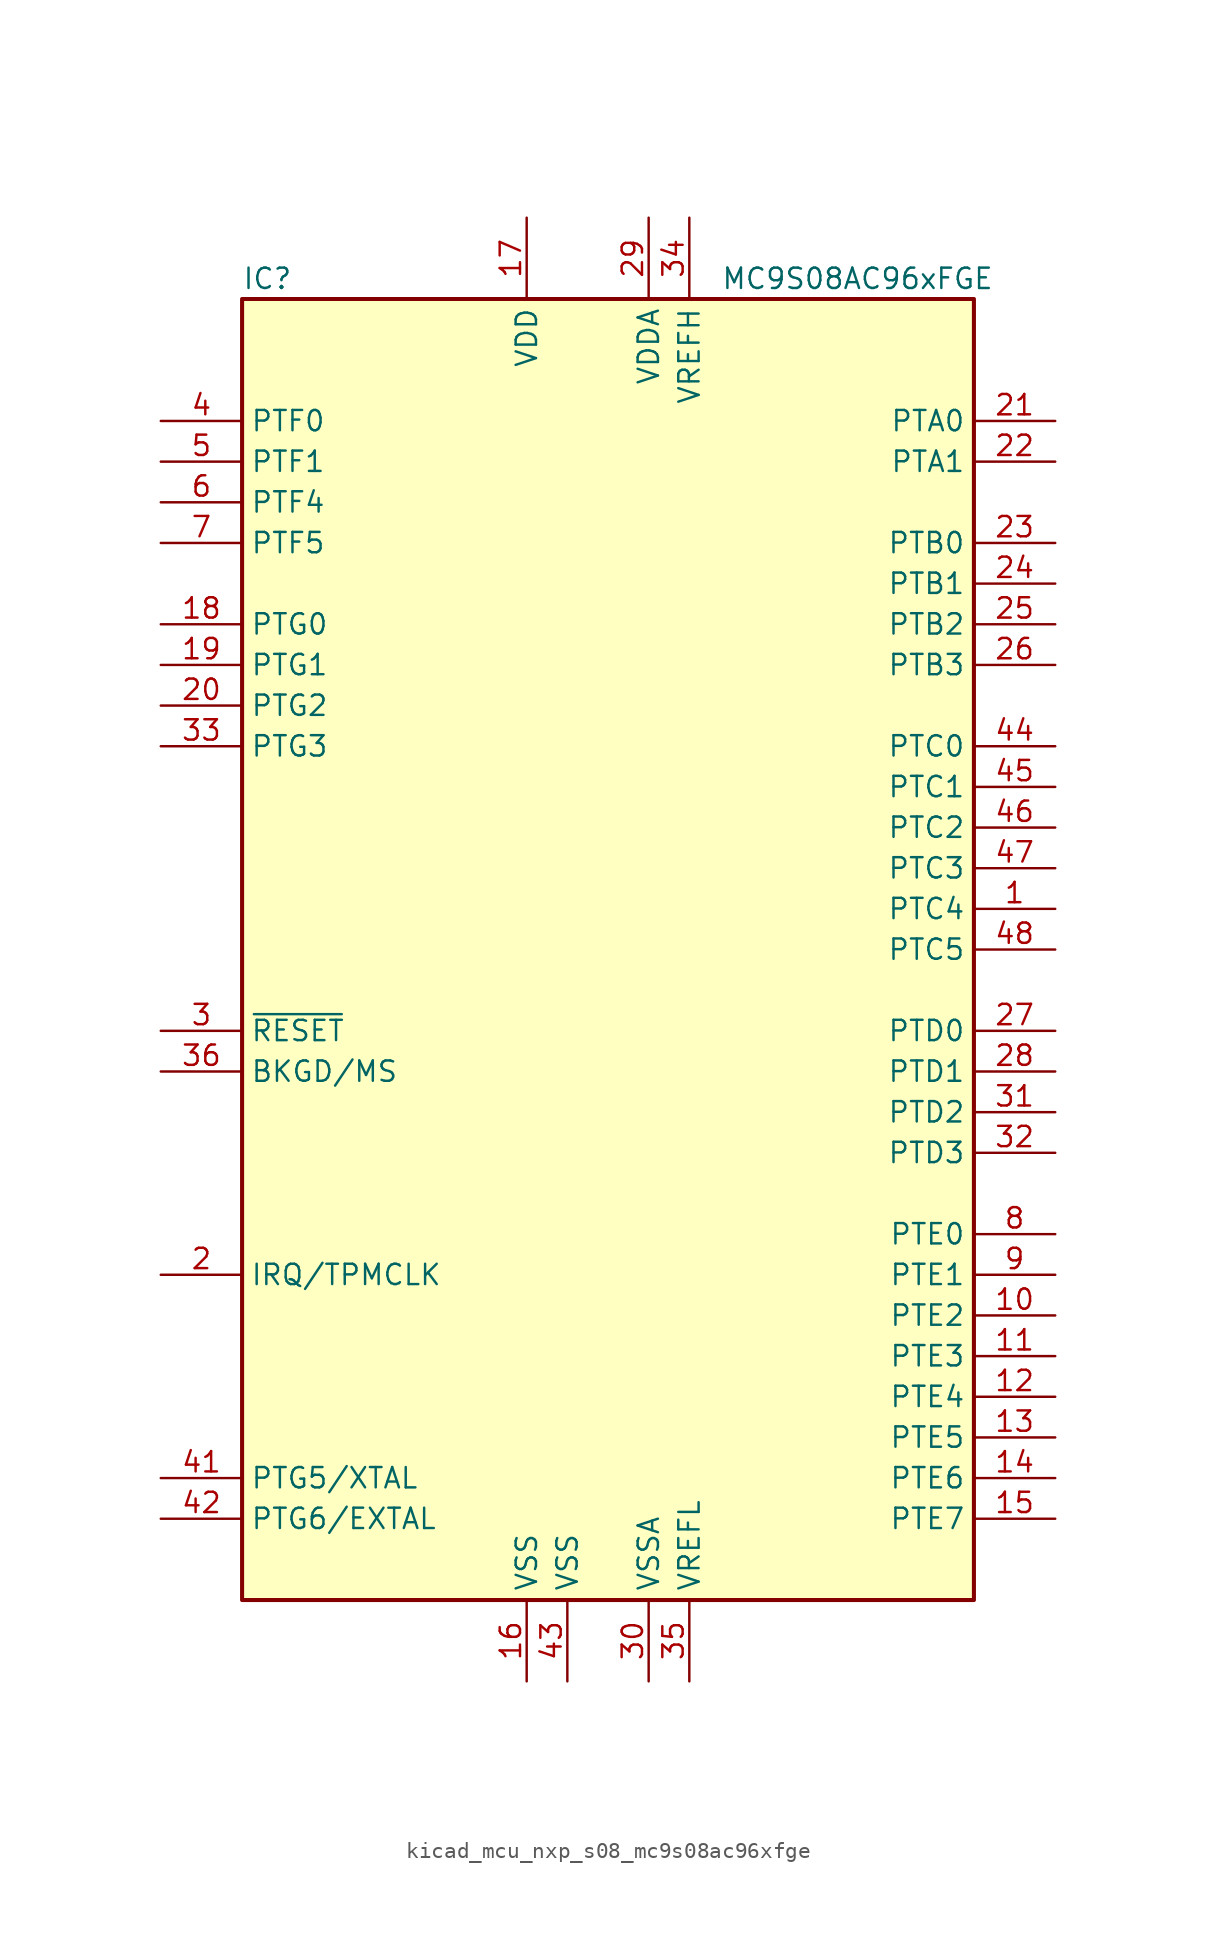
<source format=kicad_sym>
(kicad_symbol_lib
  (version 20220914)
  (generator kicad_symbol_editor)
  (symbol "kicad_mcu_nxp_s08_mc9s08ac96xfge"
    (property "Reference" "IC"
      (at -22.86 41.91 0)
      (effects (font (size 1.27 1.27)) (justify left)))
    (property "Value" "MC9S08AC96xFGE"
      (at 24.13 41.91 0)
      (effects (font (size 1.27 1.27)) (justify right)))
    (symbol "kicad_mcu_nxp_s08_mc9s08ac96xfge_0_1"
      (rectangle (start -22.86 40.64) (end 22.86 -40.64) (stroke (width 0.254) (type default)) (fill (type background))))
    (symbol "kicad_mcu_nxp_s08_mc9s08ac96xfge_1_1"
      (pin bidirectional line (at 27.94 2.54 180) (length 5.08) (name "PTC4" (effects (font (size 1.27 1.27)))) (number "1" (effects (font (size 1.27 1.27)))))
      (pin bidirectional line (at 27.94 -22.86 180) (length 5.08) (name "PTE2" (effects (font (size 1.27 1.27)))) (number "10" (effects (font (size 1.27 1.27)))))
      (pin bidirectional line (at 27.94 -25.4 180) (length 5.08) (name "PTE3" (effects (font (size 1.27 1.27)))) (number "11" (effects (font (size 1.27 1.27)))))
      (pin bidirectional line (at 27.94 -27.94 180) (length 5.08) (name "PTE4" (effects (font (size 1.27 1.27)))) (number "12" (effects (font (size 1.27 1.27)))))
      (pin bidirectional line (at 27.94 -30.48 180) (length 5.08) (name "PTE5" (effects (font (size 1.27 1.27)))) (number "13" (effects (font (size 1.27 1.27)))))
      (pin bidirectional line (at 27.94 -33.02 180) (length 5.08) (name "PTE6" (effects (font (size 1.27 1.27)))) (number "14" (effects (font (size 1.27 1.27)))))
      (pin bidirectional line (at 27.94 -35.56 180) (length 5.08) (name "PTE7" (effects (font (size 1.27 1.27)))) (number "15" (effects (font (size 1.27 1.27)))))
      (pin power_in line (at -5.08 -45.72 90) (length 5.08) (name "VSS" (effects (font (size 1.27 1.27)))) (number "16" (effects (font (size 1.27 1.27)))))
      (pin power_in line (at -5.08 45.72 270) (length 5.08) (name "VDD" (effects (font (size 1.27 1.27)))) (number "17" (effects (font (size 1.27 1.27)))))
      (pin bidirectional line (at -27.94 20.32 0) (length 5.08) (name "PTG0" (effects (font (size 1.27 1.27)))) (number "18" (effects (font (size 1.27 1.27)))))
      (pin bidirectional line (at -27.94 17.78 0) (length 5.08) (name "PTG1" (effects (font (size 1.27 1.27)))) (number "19" (effects (font (size 1.27 1.27)))))
      (pin input line (at -27.94 -20.32 0) (length 5.08) (name "IRQ/TPMCLK" (effects (font (size 1.27 1.27)))) (number "2" (effects (font (size 1.27 1.27)))))
      (pin bidirectional line (at -27.94 15.24 0) (length 5.08) (name "PTG2" (effects (font (size 1.27 1.27)))) (number "20" (effects (font (size 1.27 1.27)))))
      (pin bidirectional line (at 27.94 33.02 180) (length 5.08) (name "PTA0" (effects (font (size 1.27 1.27)))) (number "21" (effects (font (size 1.27 1.27)))))
      (pin bidirectional line (at 27.94 30.48 180) (length 5.08) (name "PTA1" (effects (font (size 1.27 1.27)))) (number "22" (effects (font (size 1.27 1.27)))))
      (pin bidirectional line (at 27.94 25.4 180) (length 5.08) (name "PTB0" (effects (font (size 1.27 1.27)))) (number "23" (effects (font (size 1.27 1.27)))))
      (pin bidirectional line (at 27.94 22.86 180) (length 5.08) (name "PTB1" (effects (font (size 1.27 1.27)))) (number "24" (effects (font (size 1.27 1.27)))))
      (pin bidirectional line (at 27.94 20.32 180) (length 5.08) (name "PTB2" (effects (font (size 1.27 1.27)))) (number "25" (effects (font (size 1.27 1.27)))))
      (pin bidirectional line (at 27.94 17.78 180) (length 5.08) (name "PTB3" (effects (font (size 1.27 1.27)))) (number "26" (effects (font (size 1.27 1.27)))))
      (pin bidirectional line (at 27.94 -5.08 180) (length 5.08) (name "PTD0" (effects (font (size 1.27 1.27)))) (number "27" (effects (font (size 1.27 1.27)))))
      (pin bidirectional line (at 27.94 -7.62 180) (length 5.08) (name "PTD1" (effects (font (size 1.27 1.27)))) (number "28" (effects (font (size 1.27 1.27)))))
      (pin power_in line (at 2.54 45.72 270) (length 5.08) (name "VDDA" (effects (font (size 1.27 1.27)))) (number "29" (effects (font (size 1.27 1.27)))))
      (pin input line (at -27.94 -5.08 0) (length 5.08) (name "~{RESET}" (effects (font (size 1.27 1.27)))) (number "3" (effects (font (size 1.27 1.27)))))
      (pin power_in line (at 2.54 -45.72 90) (length 5.08) (name "VSSA" (effects (font (size 1.27 1.27)))) (number "30" (effects (font (size 1.27 1.27)))))
      (pin bidirectional line (at 27.94 -10.16 180) (length 5.08) (name "PTD2" (effects (font (size 1.27 1.27)))) (number "31" (effects (font (size 1.27 1.27)))))
      (pin bidirectional line (at 27.94 -12.7 180) (length 5.08) (name "PTD3" (effects (font (size 1.27 1.27)))) (number "32" (effects (font (size 1.27 1.27)))))
      (pin bidirectional line (at -27.94 12.7 0) (length 5.08) (name "PTG3" (effects (font (size 1.27 1.27)))) (number "33" (effects (font (size 1.27 1.27)))))
      (pin power_in line (at 5.08 45.72 270) (length 5.08) (name "VREFH" (effects (font (size 1.27 1.27)))) (number "34" (effects (font (size 1.27 1.27)))))
      (pin power_in line (at 5.08 -45.72 90) (length 5.08) (name "VREFL" (effects (font (size 1.27 1.27)))) (number "35" (effects (font (size 1.27 1.27)))))
      (pin bidirectional line (at -27.94 -7.62 0) (length 5.08) (name "BKGD/MS" (effects (font (size 1.27 1.27)))) (number "36" (effects (font (size 1.27 1.27)))))
      (pin bidirectional line (at -27.94 33.02 0) (length 5.08) (name "PTF0" (effects (font (size 1.27 1.27)))) (number "4" (effects (font (size 1.27 1.27)))))
      (pin bidirectional line (at -27.94 -33.02 0) (length 5.08) (name "PTG5/XTAL" (effects (font (size 1.27 1.27)))) (number "41" (effects (font (size 1.27 1.27)))))
      (pin bidirectional line (at -27.94 -35.56 0) (length 5.08) (name "PTG6/EXTAL" (effects (font (size 1.27 1.27)))) (number "42" (effects (font (size 1.27 1.27)))))
      (pin power_in line (at -2.54 -45.72 90) (length 5.08) (name "VSS" (effects (font (size 1.27 1.27)))) (number "43" (effects (font (size 1.27 1.27)))))
      (pin bidirectional line (at 27.94 12.7 180) (length 5.08) (name "PTC0" (effects (font (size 1.27 1.27)))) (number "44" (effects (font (size 1.27 1.27)))))
      (pin bidirectional line (at 27.94 10.16 180) (length 5.08) (name "PTC1" (effects (font (size 1.27 1.27)))) (number "45" (effects (font (size 1.27 1.27)))))
      (pin bidirectional line (at 27.94 7.62 180) (length 5.08) (name "PTC2" (effects (font (size 1.27 1.27)))) (number "46" (effects (font (size 1.27 1.27)))))
      (pin bidirectional line (at 27.94 5.08 180) (length 5.08) (name "PTC3" (effects (font (size 1.27 1.27)))) (number "47" (effects (font (size 1.27 1.27)))))
      (pin bidirectional line (at 27.94 0 180) (length 5.08) (name "PTC5" (effects (font (size 1.27 1.27)))) (number "48" (effects (font (size 1.27 1.27)))))
      (pin bidirectional line (at -27.94 30.48 0) (length 5.08) (name "PTF1" (effects (font (size 1.27 1.27)))) (number "5" (effects (font (size 1.27 1.27)))))
      (pin bidirectional line (at -27.94 27.94 0) (length 5.08) (name "PTF4" (effects (font (size 1.27 1.27)))) (number "6" (effects (font (size 1.27 1.27)))))
      (pin bidirectional line (at -27.94 25.4 0) (length 5.08) (name "PTF5" (effects (font (size 1.27 1.27)))) (number "7" (effects (font (size 1.27 1.27)))))
      (pin bidirectional line (at 27.94 -17.78 180) (length 5.08) (name "PTE0" (effects (font (size 1.27 1.27)))) (number "8" (effects (font (size 1.27 1.27)))))
      (pin bidirectional line (at 27.94 -20.32 180) (length 5.08) (name "PTE1" (effects (font (size 1.27 1.27)))) (number "9" (effects (font (size 1.27 1.27))))))))
</source>
